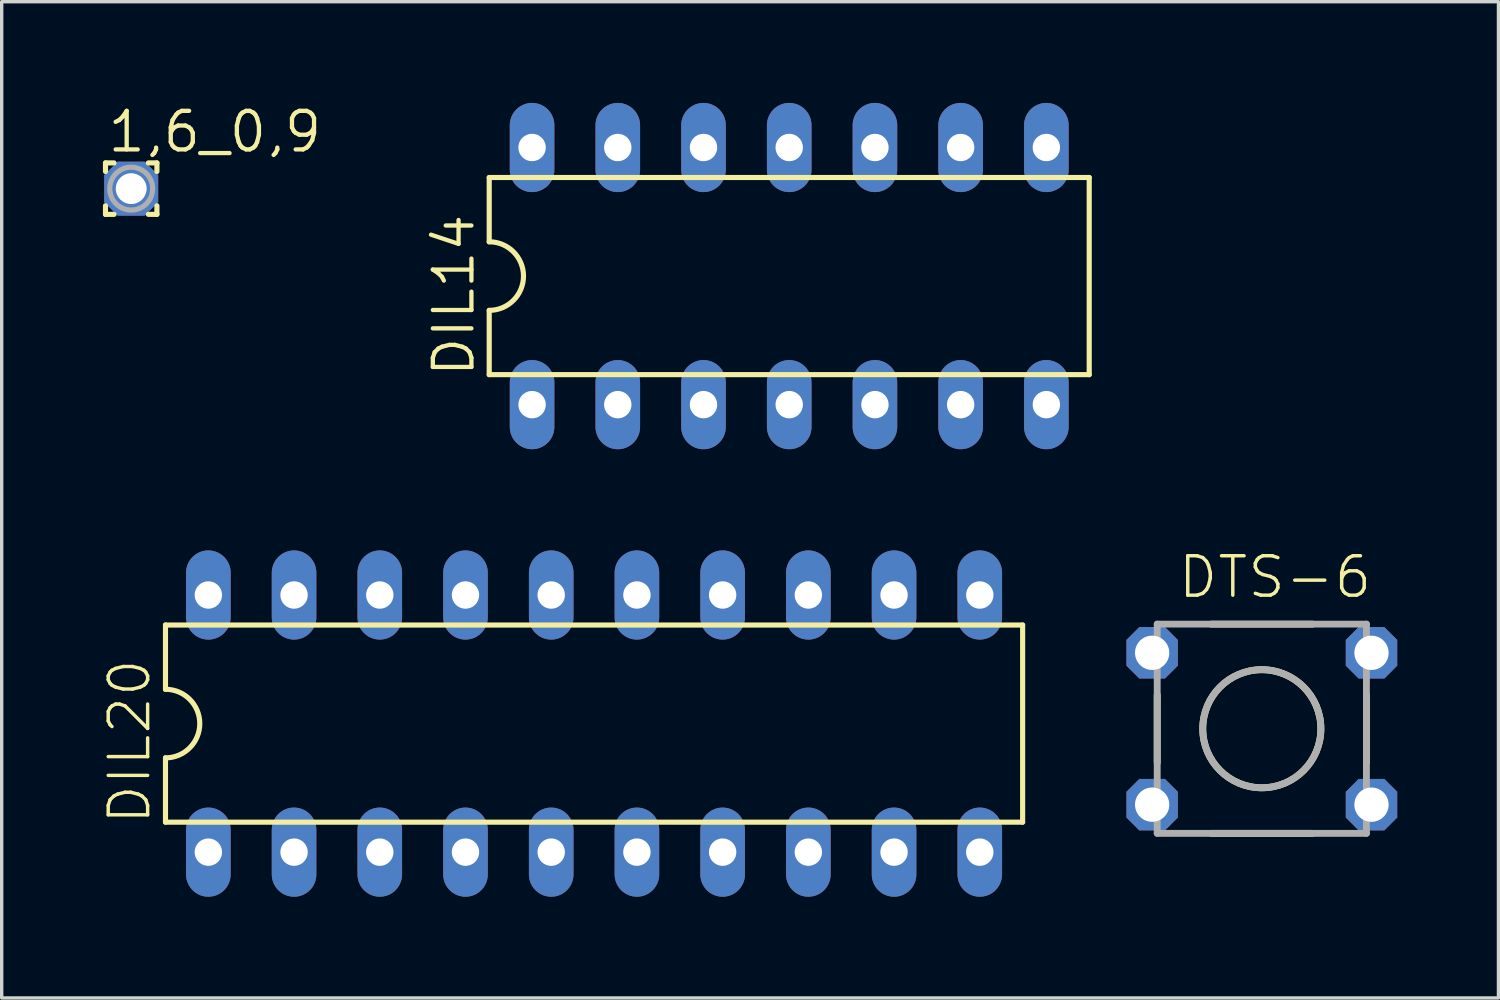
<source format=kicad_pcb>
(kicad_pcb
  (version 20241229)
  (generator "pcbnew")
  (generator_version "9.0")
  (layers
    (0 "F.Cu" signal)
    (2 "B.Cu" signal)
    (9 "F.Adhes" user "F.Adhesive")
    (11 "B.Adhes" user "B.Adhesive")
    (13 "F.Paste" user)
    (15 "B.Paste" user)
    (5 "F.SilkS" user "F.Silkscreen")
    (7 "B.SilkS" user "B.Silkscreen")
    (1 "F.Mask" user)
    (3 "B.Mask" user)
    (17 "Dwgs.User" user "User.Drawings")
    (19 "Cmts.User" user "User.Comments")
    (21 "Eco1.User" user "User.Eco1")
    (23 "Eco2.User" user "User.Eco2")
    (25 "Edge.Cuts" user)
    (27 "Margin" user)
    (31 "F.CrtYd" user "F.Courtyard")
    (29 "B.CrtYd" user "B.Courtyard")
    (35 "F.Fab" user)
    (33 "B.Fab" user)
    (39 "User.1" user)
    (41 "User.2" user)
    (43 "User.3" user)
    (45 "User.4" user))
  (footprint "DIL20"
    (layer "F.Cu")
    (at 14.554 18.392)
    (property "Reference" "DIL20" (at -13.081 3.048 90) (layer "F.SilkS") (effects (font (size 1.168 1.168) (thickness 0.102)) (justify left bottom)))
    (fp_line (start -12.7 -2.921) (end -12.7 -1.016) (stroke (width 0.152) (type solid)) (layer "F.SilkS"))
    (fp_line (start -12.7 2.921) (end -12.7 1.016) (stroke (width 0.152) (type solid)) (layer "F.SilkS"))
    (fp_line (start -12.7 2.921) (end 12.7 2.921) (stroke (width 0.152) (type solid)) (layer "F.SilkS"))
    (fp_line (start 12.7 -2.921) (end -12.7 -2.921) (stroke (width 0.152) (type solid)) (layer "F.SilkS"))
    (fp_line (start 12.7 -2.921) (end 12.7 2.921) (stroke (width 0.152) (type solid)) (layer "F.SilkS"))
    (fp_arc (start -12.7 -1.016) (mid -11.684 0) (end -12.7 1.016) (stroke (width 0.1524) (type solid)) (layer "F.SilkS"))
    (pad "1" thru_hole oval (at -11.43 3.81 90) (size 2.642 1.321) (drill 0.813) (layers "*.Cu" "*.Mask"))
    (pad "2" thru_hole oval (at -8.89 3.81 90) (size 2.642 1.321) (drill 0.813) (layers "*.Cu" "*.Mask"))
    (pad "3" thru_hole oval (at -6.35 3.81 90) (size 2.642 1.321) (drill 0.813) (layers "*.Cu" "*.Mask"))
    (pad "4" thru_hole oval (at -3.81 3.81 90) (size 2.642 1.321) (drill 0.813) (layers "*.Cu" "*.Mask"))
    (pad "5" thru_hole oval (at -1.27 3.81 90) (size 2.642 1.321) (drill 0.813) (layers "*.Cu" "*.Mask"))
    (pad "6" thru_hole oval (at 1.27 3.81 90) (size 2.642 1.321) (drill 0.813) (layers "*.Cu" "*.Mask"))
    (pad "7" thru_hole oval (at 3.81 3.81 90) (size 2.642 1.321) (drill 0.813) (layers "*.Cu" "*.Mask"))
    (pad "8" thru_hole oval (at 6.35 3.81 90) (size 2.642 1.321) (drill 0.813) (layers "*.Cu" "*.Mask"))
    (pad "9" thru_hole oval (at 8.89 3.81 90) (size 2.642 1.321) (drill 0.813) (layers "*.Cu" "*.Mask"))
    (pad "10" thru_hole oval (at 11.43 3.81 90) (size 2.642 1.321) (drill 0.813) (layers "*.Cu" "*.Mask"))
    (pad "11" thru_hole oval (at 11.43 -3.81 90) (size 2.642 1.321) (drill 0.813) (layers "*.Cu" "*.Mask"))
    (pad "12" thru_hole oval (at 8.89 -3.81 90) (size 2.642 1.321) (drill 0.813) (layers "*.Cu" "*.Mask"))
    (pad "13" thru_hole oval (at 6.35 -3.81 90) (size 2.642 1.321) (drill 0.813) (layers "*.Cu" "*.Mask"))
    (pad "14" thru_hole oval (at 3.81 -3.81 90) (size 2.642 1.321) (drill 0.813) (layers "*.Cu" "*.Mask"))
    (pad "15" thru_hole oval (at 1.27 -3.81 90) (size 2.642 1.321) (drill 0.813) (layers "*.Cu" "*.Mask"))
    (pad "16" thru_hole oval (at -1.27 -3.81 90) (size 2.642 1.321) (drill 0.813) (layers "*.Cu" "*.Mask"))
    (pad "17" thru_hole oval (at -3.81 -3.81 90) (size 2.642 1.321) (drill 0.813) (layers "*.Cu" "*.Mask"))
    (pad "18" thru_hole oval (at -6.35 -3.81 90) (size 2.642 1.321) (drill 0.813) (layers "*.Cu" "*.Mask"))
    (pad "19" thru_hole oval (at -8.89 -3.81 90) (size 2.642 1.321) (drill 0.813) (layers "*.Cu" "*.Mask"))
    (pad "20" thru_hole oval (at -11.43 -3.81 90) (size 2.642 1.321) (drill 0.813) (layers "*.Cu" "*.Mask")))
  (footprint "DTS-6"
    (layer "F.Cu")
    (at 34.342 18.545)
    (property "Reference" "DTS-6" (at -2.54 -3.81 0) (layer "F.SilkS") (effects (font (size 1.168 1.168) (thickness 0.102)) (justify left bottom)))
    (fp_line (start -3.1 1) (end -3.1 -1) (stroke (width 0.203) (type solid)) (layer "F.SilkS"))
    (fp_line (start 1.5 -3.1) (end -1.5 -3.1) (stroke (width 0.203) (type solid)) (layer "F.SilkS"))
    (fp_line (start 1.5 3.1) (end -1.5 3.1) (stroke (width 0.203) (type solid)) (layer "F.SilkS"))
    (fp_line (start 3.1 1) (end 3.1 -1) (stroke (width 0.203) (type solid)) (layer "F.SilkS"))
    (fp_circle (center 0 0) (end 1.75 0) (stroke (width 0.203) (type solid)) (fill no) (layer "F.SilkS"))
    (fp_line (start -3.1 -3.1) (end 3.1 -3.1) (stroke (width 0.203) (type solid)) (layer "F.Fab"))
    (fp_line (start -3.1 3.1) (end -3.1 -3.1) (stroke (width 0.203) (type solid)) (layer "F.Fab"))
    (fp_line (start 3.1 -3.1) (end 3.1 3.1) (stroke (width 0.203) (type solid)) (layer "F.Fab"))
    (fp_line (start 3.1 3.1) (end -3.1 3.1) (stroke (width 0.203) (type solid)) (layer "F.Fab"))
    (fp_circle (center 0 0) (end 1.75 0) (stroke (width 0.203) (type solid)) (fill no) (layer "F.Fab"))
    (pad "1" thru_hole roundrect (at -3.25 -2.25) (size 1.524 1.524) (drill 1.016) (layers "*.Cu" "*.Mask") (roundrect_rratio 0.25) (chamfer_ratio 0.25) (chamfer top_left top_right bottom_left bottom_right))
    (pad "2" thru_hole roundrect (at 3.25 -2.25) (size 1.524 1.524) (drill 1.016) (layers "*.Cu" "*.Mask") (roundrect_rratio 0.25) (chamfer_ratio 0.25) (chamfer top_left top_right bottom_left bottom_right))
    (pad "3" thru_hole roundrect (at -3.25 2.25) (size 1.524 1.524) (drill 1.016) (layers "*.Cu" "*.Mask") (roundrect_rratio 0.25) (chamfer_ratio 0.25) (chamfer top_left top_right bottom_left bottom_right))
    (pad "4" thru_hole roundrect (at 3.25 2.25) (size 1.524 1.524) (drill 1.016) (layers "*.Cu" "*.Mask") (roundrect_rratio 0.25) (chamfer_ratio 0.25) (chamfer top_left top_right bottom_left bottom_right)))
  (footprint "1,6_0,9"
    (layer "F.Cu")
    (at 0.838 2.54)
    (property "Reference" "1,6_0,9" (at -0.762 -1.016 0) (layer "F.SilkS") (effects (font (size 1.143 1.143) (thickness 0.127)) (justify left bottom)))
    (fp_line (start -0.762 -0.762) (end -0.762 -0.508) (stroke (width 0.152) (type solid)) (layer "F.SilkS"))
    (fp_line (start -0.762 0.508) (end -0.762 0.762) (stroke (width 0.152) (type solid)) (layer "F.SilkS"))
    (fp_line (start -0.762 0.762) (end -0.508 0.762) (stroke (width 0.152) (type solid)) (layer "F.SilkS"))
    (fp_line (start -0.508 -0.762) (end -0.762 -0.762) (stroke (width 0.152) (type solid)) (layer "F.SilkS"))
    (fp_line (start 0.508 0.762) (end 0.762 0.762) (stroke (width 0.152) (type solid)) (layer "F.SilkS"))
    (fp_line (start 0.762 -0.762) (end 0.508 -0.762) (stroke (width 0.152) (type solid)) (layer "F.SilkS"))
    (fp_line (start 0.762 -0.508) (end 0.762 -0.762) (stroke (width 0.152) (type solid)) (layer "F.SilkS"))
    (fp_line (start 0.762 0.762) (end 0.762 0.508) (stroke (width 0.152) (type solid)) (layer "F.SilkS"))
    (fp_circle (center 0 0) (end 0.635 0) (stroke (width 0.152) (type solid)) (fill no) (layer "F.Fab"))
    (pad "1" thru_hole roundrect (at 0 0) (size 1.6 1.6) (drill 0.914) (layers "*.Cu" "*.Mask") (roundrect_rratio 0.25) (chamfer_ratio 0.25) (chamfer top_left top_right bottom_left bottom_right)))
  (footprint "DIL14"
    (layer "F.Cu")
    (at 20.337 5.131)
    (property "Reference" "DIL14" (at -9.271 3.048 90) (layer "F.SilkS") (effects (font (size 1.143 1.143) (thickness 0.127)) (justify left bottom)))
    (fp_line (start -8.89 -2.921) (end -8.89 -1.016) (stroke (width 0.152) (type solid)) (layer "F.SilkS"))
    (fp_line (start -8.89 2.921) (end -8.89 1.016) (stroke (width 0.152) (type solid)) (layer "F.SilkS"))
    (fp_line (start -8.89 2.921) (end 8.89 2.921) (stroke (width 0.152) (type solid)) (layer "F.SilkS"))
    (fp_line (start 8.89 -2.921) (end -8.89 -2.921) (stroke (width 0.152) (type solid)) (layer "F.SilkS"))
    (fp_line (start 8.89 -2.921) (end 8.89 2.921) (stroke (width 0.152) (type solid)) (layer "F.SilkS"))
    (fp_arc (start -8.89 -1.016) (mid -7.874 0) (end -8.89 1.016) (stroke (width 0.1524) (type solid)) (layer "F.SilkS"))
    (pad "1" thru_hole oval (at -7.62 3.81 90) (size 2.642 1.321) (drill 0.813) (layers "*.Cu" "*.Mask"))
    (pad "2" thru_hole oval (at -5.08 3.81 90) (size 2.642 1.321) (drill 0.813) (layers "*.Cu" "*.Mask"))
    (pad "3" thru_hole oval (at -2.54 3.81 90) (size 2.642 1.321) (drill 0.813) (layers "*.Cu" "*.Mask"))
    (pad "4" thru_hole oval (at 0 3.81 90) (size 2.642 1.321) (drill 0.813) (layers "*.Cu" "*.Mask"))
    (pad "5" thru_hole oval (at 2.54 3.81 90) (size 2.642 1.321) (drill 0.813) (layers "*.Cu" "*.Mask"))
    (pad "6" thru_hole oval (at 5.08 3.81 90) (size 2.642 1.321) (drill 0.813) (layers "*.Cu" "*.Mask"))
    (pad "7" thru_hole oval (at 7.62 3.81 90) (size 2.642 1.321) (drill 0.813) (layers "*.Cu" "*.Mask"))
    (pad "8" thru_hole oval (at 7.62 -3.81 90) (size 2.642 1.321) (drill 0.813) (layers "*.Cu" "*.Mask"))
    (pad "9" thru_hole oval (at 5.08 -3.81 90) (size 2.642 1.321) (drill 0.813) (layers "*.Cu" "*.Mask"))
    (pad "10" thru_hole oval (at 2.54 -3.81 90) (size 2.642 1.321) (drill 0.813) (layers "*.Cu" "*.Mask"))
    (pad "11" thru_hole oval (at 0 -3.81 90) (size 2.642 1.321) (drill 0.813) (layers "*.Cu" "*.Mask"))
    (pad "12" thru_hole oval (at -2.54 -3.81 90) (size 2.642 1.321) (drill 0.813) (layers "*.Cu" "*.Mask"))
    (pad "13" thru_hole oval (at -5.08 -3.81 90) (size 2.642 1.321) (drill 0.813) (layers "*.Cu" "*.Mask"))
    (pad "14" thru_hole oval (at -7.62 -3.81 90) (size 2.642 1.321) (drill 0.813) (layers "*.Cu" "*.Mask")))
  (gr_rect
    (start -3 -3)
    (end 41.354 26.523)
    (stroke (width 0.1) (type default))
    (fill no)
    (layer "Edge.Cuts")))
</source>
